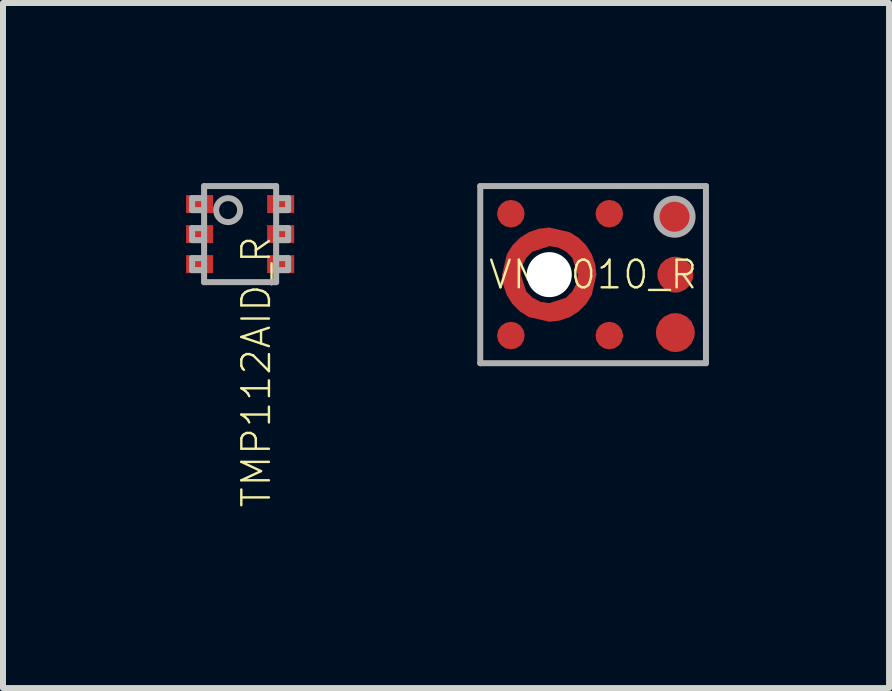
<source format=kicad_pcb>
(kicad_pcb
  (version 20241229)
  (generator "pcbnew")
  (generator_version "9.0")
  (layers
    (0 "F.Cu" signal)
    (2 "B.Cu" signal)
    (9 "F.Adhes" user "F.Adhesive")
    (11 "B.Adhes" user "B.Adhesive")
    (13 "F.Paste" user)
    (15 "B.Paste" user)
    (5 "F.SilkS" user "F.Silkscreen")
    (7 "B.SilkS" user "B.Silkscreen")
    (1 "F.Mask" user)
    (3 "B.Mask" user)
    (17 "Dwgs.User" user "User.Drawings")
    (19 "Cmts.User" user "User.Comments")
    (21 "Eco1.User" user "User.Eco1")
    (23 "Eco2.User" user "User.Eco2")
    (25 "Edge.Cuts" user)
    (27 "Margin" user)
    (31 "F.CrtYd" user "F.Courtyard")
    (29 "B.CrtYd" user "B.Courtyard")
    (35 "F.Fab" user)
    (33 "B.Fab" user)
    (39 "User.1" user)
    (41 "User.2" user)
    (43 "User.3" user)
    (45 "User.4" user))
  (footprint "VM1010_R"
    (layer "F.Cu")
    (at 6.83 1.525)
    (property "Reference" "VM1010_R" (at 0 0 0) (unlocked yes) (layer "F.SilkS") (effects (font (size 0.46 0.46) (thickness 0.04))))
    (fp_poly (pts (xy -1.114 0.279) (xy -1.009 0.384) (xy -0.877 0.452) (xy -0.725 0.476) (xy -0.725 0.786) (xy -1.07 0.707) (xy -1.219 0.614) (xy -1.344 0.489) (xy -1.437 0.341) (xy -1.495 0.175) (xy -1.516 -0.005) (xy -1.206 -0.005)) (stroke (width 0) (type default)) (fill yes) (layer "F.Cu"))
    (fp_poly (pts (xy -0.725 -0.476) (xy -1.009 -0.384) (xy -1.114 -0.279) (xy -1.182 -0.147) (xy -1.206 0.005) (xy -1.516 0.005) (xy -1.437 -0.34) (xy -1.344 -0.489) (xy -1.219 -0.614) (xy -1.071 -0.707) (xy -0.905 -0.765) (xy -0.725 -0.786)) (stroke (width 0) (type default)) (fill yes) (layer "F.Cu"))
    (fp_poly (pts (xy -0.39 -0.707) (xy -0.241 -0.614) (xy -0.116 -0.489) (xy -0.023 -0.341) (xy 0.035 -0.175) (xy 0.056 0.005) (xy -0.254 0.005) (xy -0.346 -0.279) (xy -0.451 -0.384) (xy -0.583 -0.452) (xy -0.735 -0.476) (xy -0.735 -0.786)) (stroke (width 0) (type default)) (fill yes) (layer "F.Cu"))
    (fp_poly (pts (xy -0.023 0.34) (xy -0.116 0.489) (xy -0.241 0.614) (xy -0.389 0.707) (xy -0.555 0.765) (xy -0.735 0.786) (xy -0.735 0.476) (xy -0.451 0.384) (xy -0.346 0.279) (xy -0.278 0.147) (xy -0.254 -0.005) (xy 0.056 -0.005)) (stroke (width 0) (type default)) (fill yes) (layer "F.Cu"))
    (fp_circle (center -1.37 -1.015) (end -1.23 -1.015) (stroke (width 0.28) (type solid)) (fill yes) (layer "F.Mask"))
    (fp_circle (center -1.37 1.015) (end -1.23 1.015) (stroke (width 0.28) (type solid)) (fill yes) (layer "F.Mask"))
    (fp_circle (center -0.73 0) (end -0.315 0) (stroke (width 0.83) (type solid)) (fill yes) (layer "F.Mask"))
    (fp_circle (center 0.27 -1.015) (end 0.41 -1.015) (stroke (width 0.28) (type solid)) (fill yes) (layer "F.Mask"))
    (fp_circle (center 0.27 1.015) (end 0.41 1.015) (stroke (width 0.28) (type solid)) (fill yes) (layer "F.Mask"))
    (fp_circle (center 1.37 -0.965) (end 1.558 -0.965) (stroke (width 0.375) (type solid)) (fill yes) (layer "F.Mask"))
    (fp_circle (center 1.37 0) (end 1.545 0) (stroke (width 0.35) (type solid)) (fill yes) (layer "F.Mask"))
    (fp_circle (center 1.37 0.965) (end 1.558 0.965) (stroke (width 0.375) (type solid)) (fill yes) (layer "F.Mask"))
    (fp_poly (pts (xy -1.29 -1.209) (xy -1.221 -1.163) (xy -1.16 -1.016) (xy -1.176 -0.935) (xy -1.222 -0.866) (xy -1.369 -0.805) (xy -1.45 -0.821) (xy -1.519 -0.867) (xy -1.58 -1.014) (xy -1.564 -1.095) (xy -1.518 -1.164) (xy -1.371 -1.225)) (stroke (width 0) (type default)) (fill yes) (layer "F.Paste"))
    (fp_poly (pts (xy -1.29 0.821) (xy -1.221 0.867) (xy -1.16 1.014) (xy -1.176 1.095) (xy -1.222 1.164) (xy -1.369 1.225) (xy -1.45 1.209) (xy -1.519 1.163) (xy -1.58 1.016) (xy -1.564 0.935) (xy -1.518 0.866) (xy -1.371 0.805)) (stroke (width 0) (type default)) (fill yes) (layer "F.Paste"))
    (fp_poly (pts (xy 0.35 -1.209) (xy 0.419 -1.163) (xy 0.48 -1.016) (xy 0.464 -0.935) (xy 0.418 -0.866) (xy 0.271 -0.805) (xy 0.19 -0.821) (xy 0.121 -0.867) (xy 0.06 -1.014) (xy 0.076 -1.095) (xy 0.122 -1.164) (xy 0.269 -1.225)) (stroke (width 0) (type default)) (fill yes) (layer "F.Paste"))
    (fp_poly (pts (xy 0.35 0.821) (xy 0.419 0.867) (xy 0.48 1.014) (xy 0.464 1.095) (xy 0.418 1.164) (xy 0.271 1.225) (xy 0.19 1.209) (xy 0.121 1.163) (xy 0.06 1.016) (xy 0.076 0.935) (xy 0.122 0.866) (xy 0.269 0.805)) (stroke (width 0) (type default)) (fill yes) (layer "F.Paste"))
    (fp_poly (pts (xy 1.568 -0.198) (xy 1.629 -0.107) (xy 1.65 0.001) (xy 1.568 0.198) (xy 1.477 0.259) (xy 1.369 0.28) (xy 1.172 0.198) (xy 1.111 0.107) (xy 1.09 -0.001) (xy 1.172 -0.198) (xy 1.263 -0.259) (xy 1.371 -0.28)) (stroke (width 0) (type default)) (fill yes) (layer "F.Paste"))
    (fp_poly (pts (xy 1.585 -1.181) (xy 1.652 -1.082) (xy 1.675 -0.964) (xy 1.586 -0.75) (xy 1.487 -0.683) (xy 1.369 -0.66) (xy 1.155 -0.749) (xy 1.088 -0.848) (xy 1.065 -0.966) (xy 1.154 -1.18) (xy 1.253 -1.247) (xy 1.371 -1.27)) (stroke (width 0) (type default)) (fill yes) (layer "F.Paste"))
    (fp_poly (pts (xy 1.585 0.749) (xy 1.652 0.848) (xy 1.675 0.966) (xy 1.586 1.18) (xy 1.487 1.247) (xy 1.369 1.27) (xy 1.155 1.181) (xy 1.088 1.082) (xy 1.065 0.964) (xy 1.154 0.75) (xy 1.253 0.683) (xy 1.371 0.66)) (stroke (width 0) (type default)) (fill yes) (layer "F.Paste"))
    (fp_poly (pts (xy -1.258 0.178) (xy -1.209 0.297) (xy -1.13 0.4) (xy -1.028 0.478) (xy -0.775 0.546) (xy -0.775 0.77) (xy -0.775 0.77) (xy -0.775 0.781) (xy -0.942 0.762) (xy -1.097 0.708) (xy -1.235 0.621) (xy -1.351 0.505) (xy -1.438 0.367) (xy -1.511 0.045) (xy -1.28 0.045) (xy -1.276 0.045)) (stroke (width 0) (type default)) (fill yes) (layer "F.Paste"))
    (fp_poly (pts (xy -0.775 -0.55) (xy -0.775 -0.546) (xy -0.908 -0.528) (xy -1.027 -0.479) (xy -1.13 -0.4) (xy -1.208 -0.298) (xy -1.276 -0.045) (xy -1.5 -0.045) (xy -1.5 -0.045) (xy -1.511 -0.045) (xy -1.492 -0.212) (xy -1.438 -0.367) (xy -1.351 -0.505) (xy -1.235 -0.621) (xy -1.097 -0.708) (xy -0.775 -0.781)) (stroke (width 0) (type default)) (fill yes) (layer "F.Paste"))
    (fp_poly (pts (xy -0.518 -0.762) (xy -0.363 -0.708) (xy -0.225 -0.621) (xy -0.109 -0.505) (xy -0.022 -0.367) (xy 0.051 -0.045) (xy -0.18 -0.045) (xy -0.184 -0.045) (xy -0.202 -0.178) (xy -0.251 -0.297) (xy -0.33 -0.4) (xy -0.433 -0.479) (xy -0.552 -0.528) (xy -0.685 -0.546) (xy -0.685 -0.77) (xy -0.685 -0.77) (xy -0.685 -0.781)) (stroke (width 0) (type default)) (fill yes) (layer "F.Paste"))
    (fp_poly (pts (xy 0.051 0.045) (xy 0.032 0.212) (xy -0.022 0.367) (xy -0.109 0.505) (xy -0.225 0.621) (xy -0.363 0.708) (xy -0.685 0.781) (xy -0.685 0.55) (xy -0.685 0.546) (xy -0.552 0.528) (xy -0.433 0.479) (xy -0.33 0.4) (xy -0.251 0.297) (xy -0.202 0.178) (xy -0.184 0.045) (xy 0.04 0.045) (xy 0.04 0.045)) (stroke (width 0) (type default)) (fill yes) (layer "F.Paste"))
    (fp_line (start -1.88 -1.475) (end 1.88 -1.475) (stroke (width 0.1) (type solid)) (layer "F.Fab"))
    (fp_line (start -1.88 1.475) (end -1.88 -1.475) (stroke (width 0.1) (type solid)) (layer "F.Fab"))
    (fp_line (start 1.88 -1.475) (end 1.88 1.475) (stroke (width 0.1) (type solid)) (layer "F.Fab"))
    (fp_line (start 1.88 1.475) (end -1.88 1.475) (stroke (width 0.1) (type solid)) (layer "F.Fab"))
    (fp_circle (center 1.357 -0.965) (end 1.657 -0.965) (stroke (width 0.1) (type solid)) (fill no) (layer "F.Fab"))
    (pad "" np_thru_hole circle (at -0.73 0) (size 0.75 0.75) (drill 0.75) (layers "*.Cu" "*.Mask"))
    (pad "1" smd roundrect (at 1.37 -0.965) (size 0.65 0.65) (layers "F.Cu") (roundrect_rratio 0.5))
    (pad "2" smd roundrect (at 0.27 -1.015) (size 0.46 0.46) (layers "F.Cu") (roundrect_rratio 0.5))
    (pad "3" smd roundrect (at -1.37 -1.015) (size 0.46 0.46) (layers "F.Cu") (roundrect_rratio 0.5))
    (pad "4" smd roundrect (at -1.37 1.015) (size 0.46 0.46) (layers "F.Cu") (roundrect_rratio 0.5))
    (pad "5" smd roundrect (at 0.27 1.015) (size 0.46 0.46) (layers "F.Cu") (roundrect_rratio 0.5))
    (pad "6" smd roundrect (at 1.37 0.965) (size 0.65 0.65) (layers "F.Cu") (roundrect_rratio 0.5))
    (pad "7" smd roundrect (at 1.37 0) (size 0.6 0.6) (layers "F.Cu") (roundrect_rratio 0.5))
    (pad "8" smd rect (at -1.35 0) (size 0.2 0.2) (layers "F.Cu")))
  (footprint "TMP112AID_R"
    (layer "F.Cu")
    (at 0.95 0.85)
    (property "Reference" "TMP112AID_R" (at 0 0 90) (unlocked yes) (layer "F.SilkS") (effects (font (size 0.46 0.46) (thickness 0.04)) (justify right top)))
    (fp_poly (pts (xy -0.95 -0.7) (xy -0.95 -0.3) (xy -0.4 -0.3) (xy -0.4 -0.7)) (stroke (width 0) (type default)) (fill yes) (layer "F.Mask"))
    (fp_poly (pts (xy -0.95 -0.2) (xy -0.95 0.2) (xy -0.4 0.2) (xy -0.4 -0.2)) (stroke (width 0) (type default)) (fill yes) (layer "F.Mask"))
    (fp_poly (pts (xy -0.95 0.3) (xy -0.95 0.7) (xy -0.4 0.7) (xy -0.4 0.3)) (stroke (width 0) (type default)) (fill yes) (layer "F.Mask"))
    (fp_poly (pts (xy 0.4 -0.7) (xy 0.4 -0.3) (xy 0.95 -0.3) (xy 0.95 -0.7)) (stroke (width 0) (type default)) (fill yes) (layer "F.Mask"))
    (fp_poly (pts (xy 0.4 -0.2) (xy 0.4 0.2) (xy 0.95 0.2) (xy 0.95 -0.2)) (stroke (width 0) (type default)) (fill yes) (layer "F.Mask"))
    (fp_poly (pts (xy 0.4 0.3) (xy 0.4 0.7) (xy 0.95 0.7) (xy 0.95 0.3)) (stroke (width 0) (type default)) (fill yes) (layer "F.Mask"))
    (fp_poly (pts (xy -0.45 -0.35) (xy -0.9 -0.35) (xy -0.9 -0.65) (xy -0.45 -0.65)) (stroke (width 0) (type default)) (fill yes) (layer "F.Paste"))
    (fp_poly (pts (xy -0.45 0.15) (xy -0.9 0.15) (xy -0.9 -0.15) (xy -0.45 -0.15)) (stroke (width 0) (type default)) (fill yes) (layer "F.Paste"))
    (fp_poly (pts (xy -0.45 0.65) (xy -0.9 0.65) (xy -0.9 0.35) (xy -0.45 0.35)) (stroke (width 0) (type default)) (fill yes) (layer "F.Paste"))
    (fp_poly (pts (xy 0.9 -0.35) (xy 0.45 -0.35) (xy 0.45 -0.65) (xy 0.9 -0.65)) (stroke (width 0) (type default)) (fill yes) (layer "F.Paste"))
    (fp_poly (pts (xy 0.9 0.15) (xy 0.45 0.15) (xy 0.45 -0.15) (xy 0.9 -0.15)) (stroke (width 0) (type default)) (fill yes) (layer "F.Paste"))
    (fp_poly (pts (xy 0.9 0.65) (xy 0.45 0.65) (xy 0.45 0.35) (xy 0.9 0.35)) (stroke (width 0) (type default)) (fill yes) (layer "F.Paste"))
    (fp_line (start -0.8 -0.6) (end -0.8 -0.4) (stroke (width 0.1) (type solid)) (layer "F.Fab"))
    (fp_line (start -0.8 -0.6) (end -0.6 -0.6) (stroke (width 0.1) (type solid)) (layer "F.Fab"))
    (fp_line (start -0.8 -0.4) (end -0.6 -0.4) (stroke (width 0.1) (type solid)) (layer "F.Fab"))
    (fp_line (start -0.8 -0.1) (end -0.8 0.1) (stroke (width 0.1) (type solid)) (layer "F.Fab"))
    (fp_line (start -0.8 -0.1) (end -0.6 -0.1) (stroke (width 0.1) (type solid)) (layer "F.Fab"))
    (fp_line (start -0.8 0.1) (end -0.6 0.1) (stroke (width 0.1) (type solid)) (layer "F.Fab"))
    (fp_line (start -0.8 0.4) (end -0.8 0.6) (stroke (width 0.1) (type solid)) (layer "F.Fab"))
    (fp_line (start -0.8 0.4) (end -0.6 0.4) (stroke (width 0.1) (type solid)) (layer "F.Fab"))
    (fp_line (start -0.8 0.6) (end -0.6 0.6) (stroke (width 0.1) (type solid)) (layer "F.Fab"))
    (fp_line (start -0.6 -0.8) (end 0.6 -0.8) (stroke (width 0.1) (type solid)) (layer "F.Fab"))
    (fp_line (start -0.6 -0.6) (end -0.6 -0.8) (stroke (width 0.1) (type solid)) (layer "F.Fab"))
    (fp_line (start -0.6 -0.4) (end -0.6 -0.6) (stroke (width 0.1) (type solid)) (layer "F.Fab"))
    (fp_line (start -0.6 -0.1) (end -0.6 -0.4) (stroke (width 0.1) (type solid)) (layer "F.Fab"))
    (fp_line (start -0.6 0.1) (end -0.6 -0.1) (stroke (width 0.1) (type solid)) (layer "F.Fab"))
    (fp_line (start -0.6 0.4) (end -0.6 0.1) (stroke (width 0.1) (type solid)) (layer "F.Fab"))
    (fp_line (start -0.6 0.6) (end -0.6 0.4) (stroke (width 0.1) (type solid)) (layer "F.Fab"))
    (fp_line (start -0.6 0.8) (end -0.6 0.6) (stroke (width 0.1) (type solid)) (layer "F.Fab"))
    (fp_line (start 0.6 -0.8) (end 0.6 -0.6) (stroke (width 0.1) (type solid)) (layer "F.Fab"))
    (fp_line (start 0.6 -0.6) (end 0.6 -0.4) (stroke (width 0.1) (type solid)) (layer "F.Fab"))
    (fp_line (start 0.6 -0.6) (end 0.8 -0.6) (stroke (width 0.1) (type solid)) (layer "F.Fab"))
    (fp_line (start 0.6 -0.4) (end 0.6 -0.1) (stroke (width 0.1) (type solid)) (layer "F.Fab"))
    (fp_line (start 0.6 -0.1) (end 0.6 0.1) (stroke (width 0.1) (type solid)) (layer "F.Fab"))
    (fp_line (start 0.6 0.1) (end 0.6 0.4) (stroke (width 0.1) (type solid)) (layer "F.Fab"))
    (fp_line (start 0.6 0.4) (end 0.6 0.6) (stroke (width 0.1) (type solid)) (layer "F.Fab"))
    (fp_line (start 0.6 0.6) (end 0.6 0.8) (stroke (width 0.1) (type solid)) (layer "F.Fab"))
    (fp_line (start 0.6 0.8) (end -0.6 0.8) (stroke (width 0.1) (type solid)) (layer "F.Fab"))
    (fp_line (start 0.8 -0.6) (end 0.8 -0.4) (stroke (width 0.1) (type solid)) (layer "F.Fab"))
    (fp_line (start 0.8 -0.4) (end 0.6 -0.4) (stroke (width 0.1) (type solid)) (layer "F.Fab"))
    (fp_line (start 0.8 -0.1) (end 0.6 -0.1) (stroke (width 0.1) (type solid)) (layer "F.Fab"))
    (fp_line (start 0.8 0.1) (end 0.6 0.1) (stroke (width 0.1) (type solid)) (layer "F.Fab"))
    (fp_line (start 0.8 0.1) (end 0.8 -0.1) (stroke (width 0.1) (type solid)) (layer "F.Fab"))
    (fp_line (start 0.8 0.4) (end 0.6 0.4) (stroke (width 0.1) (type solid)) (layer "F.Fab"))
    (fp_line (start 0.8 0.6) (end 0.6 0.6) (stroke (width 0.1) (type solid)) (layer "F.Fab"))
    (fp_line (start 0.8 0.6) (end 0.8 0.4) (stroke (width 0.1) (type solid)) (layer "F.Fab"))
    (fp_circle (center -0.2 -0.4) (end 0 -0.4) (stroke (width 0.1) (type solid)) (fill no) (layer "F.Fab"))
    (pad "1" smd rect (at -0.675 -0.5) (size 0.45 0.3) (layers "F.Cu"))
    (pad "2" smd rect (at -0.675 0) (size 0.45 0.3) (layers "F.Cu"))
    (pad "3" smd rect (at -0.675 0.5) (size 0.45 0.3) (layers "F.Cu"))
    (pad "4" smd rect (at 0.675 0.5) (size 0.45 0.3) (layers "F.Cu"))
    (pad "5" smd rect (at 0.675 0) (size 0.45 0.3) (layers "F.Cu"))
    (pad "6" smd rect (at 0.675 -0.5) (size 0.45 0.3) (layers "F.Cu")))
  (gr_rect
    (start -3 -3)
    (end 11.76 8.412)
    (stroke (width 0.1) (type default))
    (fill no)
    (layer "Edge.Cuts")))
</source>
